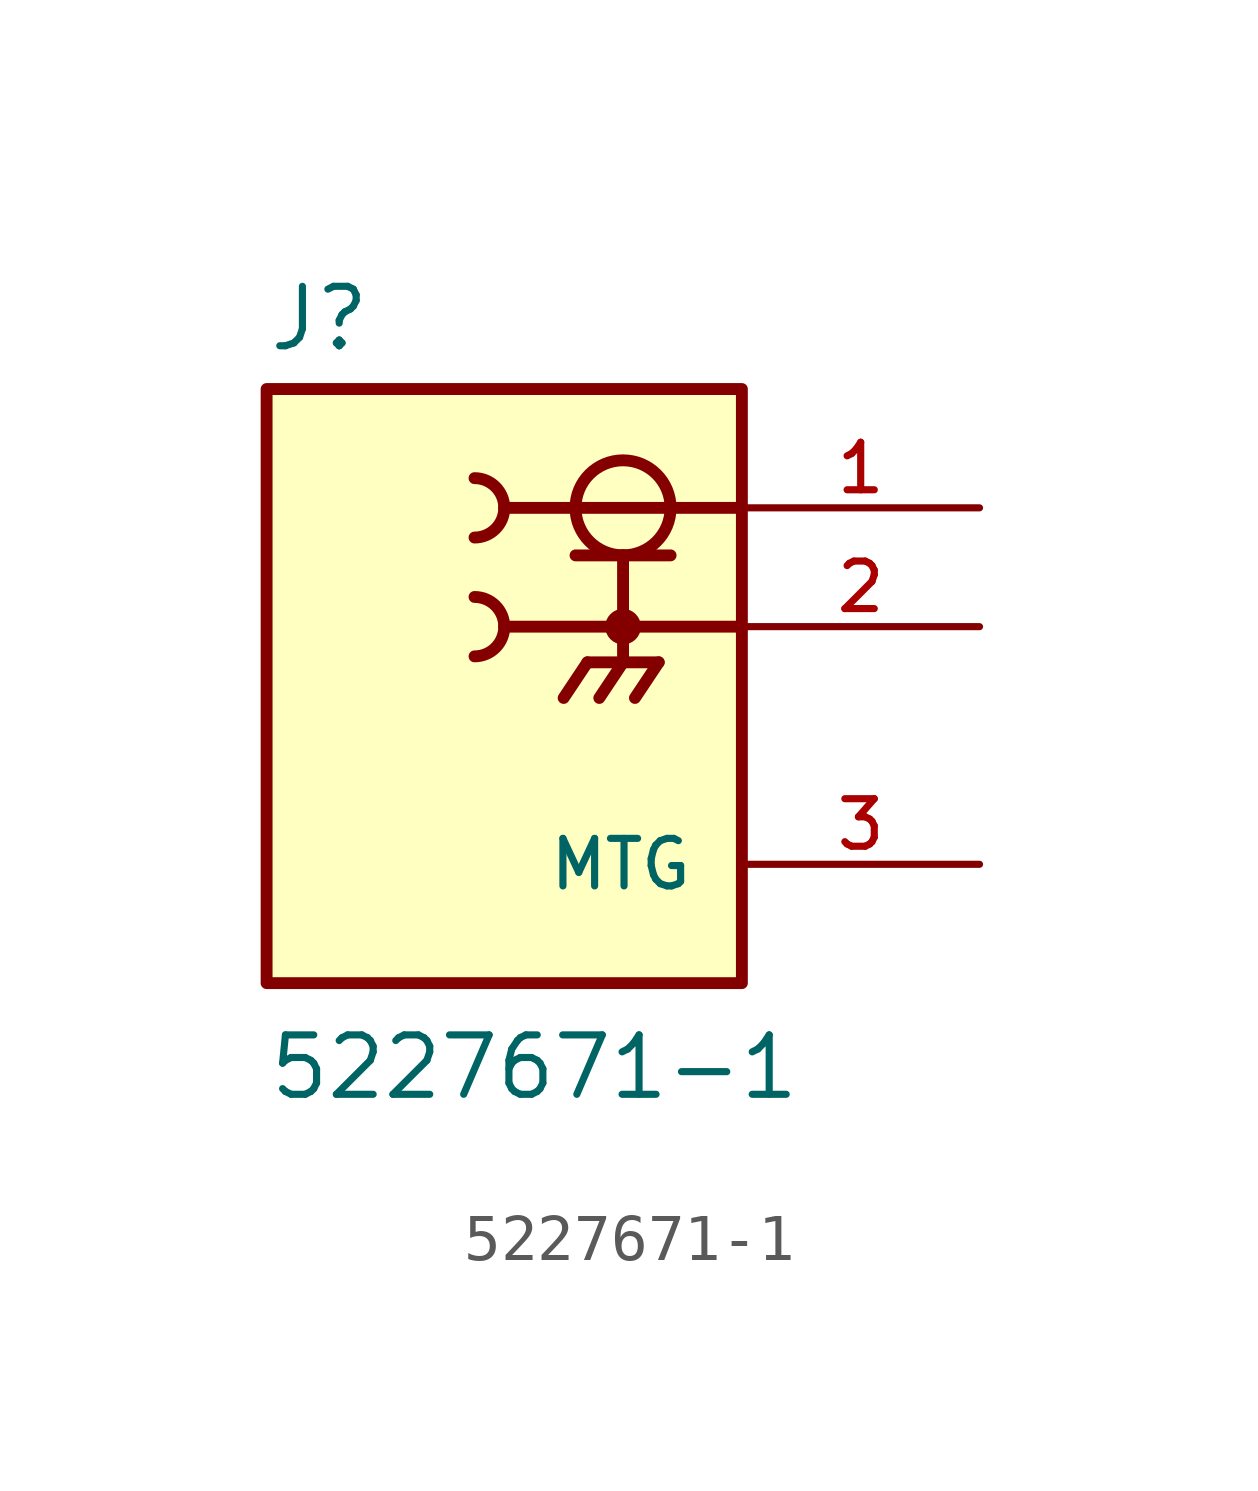
<source format=kicad_sym>
(kicad_symbol_lib
  (version 20211014)
  (generator kicad_symbol_editor)
  (symbol "5227671-1"
    (pin_names
      (offset 1.016))
    (property "Reference" "J"
      (at -15.24 3.302 0)
      (effects (font (size 1.27 1.27)) (justify bottom left)))
    (property "Value" "5227671-1"
      (at -15.24 -12.7 0)
      (effects (font (size 1.27 1.27)) (justify bottom left)))
    (symbol "5227671-1_0_0"
      (circle (center -7.62 0.0) (radius 1.016) (stroke (width 0.254)) (fill (type none)))
      (polyline (pts (xy -8.636 -1.016) (xy -7.62 -1.016)) (stroke (width 0.254)))
      (polyline (pts (xy -7.62 -1.016) (xy -6.604 -1.016)) (stroke (width 0.254)))
      (polyline (pts (xy -7.62 -1.016) (xy -7.62 -3.302)) (stroke (width 0.254)))
      (circle (center -7.62 -2.54) (radius 0.254) (stroke (width 0.254)) (fill (type none)))
      (polyline (pts (xy -7.62 -3.302) (xy -8.382 -3.302)) (stroke (width 0.254)))
      (polyline (pts (xy -7.62 -3.302) (xy -6.858 -3.302)) (stroke (width 0.254)))
      (polyline (pts (xy -8.382 -3.302) (xy -8.89 -4.064)) (stroke (width 0.254)))
      (polyline (pts (xy -7.62 -3.302) (xy -8.128 -4.064)) (stroke (width 0.254)))
      (polyline (pts (xy -6.858 -3.302) (xy -7.366 -4.064)) (stroke (width 0.254)))
      (arc (start -10.16 0.0) (mid -10.346 -0.449) (end -10.795 -0.635) (stroke (width 0.254) (type default) (color 0 0 0 0)) (fill (type none)))
      (arc (start -10.795 0.635) (mid -10.346 0.449) (end -10.16 0.0) (stroke (width 0.254) (type default) (color 0 0 0 0)) (fill (type none)))
      (arc (start -10.16 -2.54) (mid -10.346 -2.989) (end -10.795 -3.175) (stroke (width 0.254) (type default) (color 0 0 0 0)) (fill (type none)))
      (arc (start -10.795 -1.905) (mid -10.346 -2.091) (end -10.16 -2.54) (stroke (width 0.254) (type default) (color 0 0 0 0)) (fill (type none)))
      (polyline (pts (xy -10.16 0.0) (xy -5.08 0.0)) (stroke (width 0.254)))
      (polyline (pts (xy -10.16 -2.54) (xy -5.08 -2.54)) (stroke (width 0.254)))
      (rectangle (start -15.24 -10.16) (end -5.08 2.54) (stroke (width 0.254)) (fill (type background)))
      (pin passive line (at 0.0 0.0 180.0) (length 5.08) (name "~" (effects (font (size 1.016 1.016)))) (number "1" (effects (font (size 1.016 1.016)))))
      (pin power_in line (at 0.0 -2.54 180.0) (length 5.08) (name "~" (effects (font (size 1.016 1.016)))) (number "2" (effects (font (size 1.016 1.016)))))
      (pin passive line (at 0.0 -7.62 180.0) (length 5.08) (name "MTG" (effects (font (size 1.016 1.016)))) (number "3" (effects (font (size 1.016 1.016)))))
      (pin passive line (at 0.0 -7.62 180.0) (length 5.08) hide (name "MTG" (effects (font (size 1.016 1.016)))) (number "4" (effects (font (size 1.016 1.016))))))))
</source>
